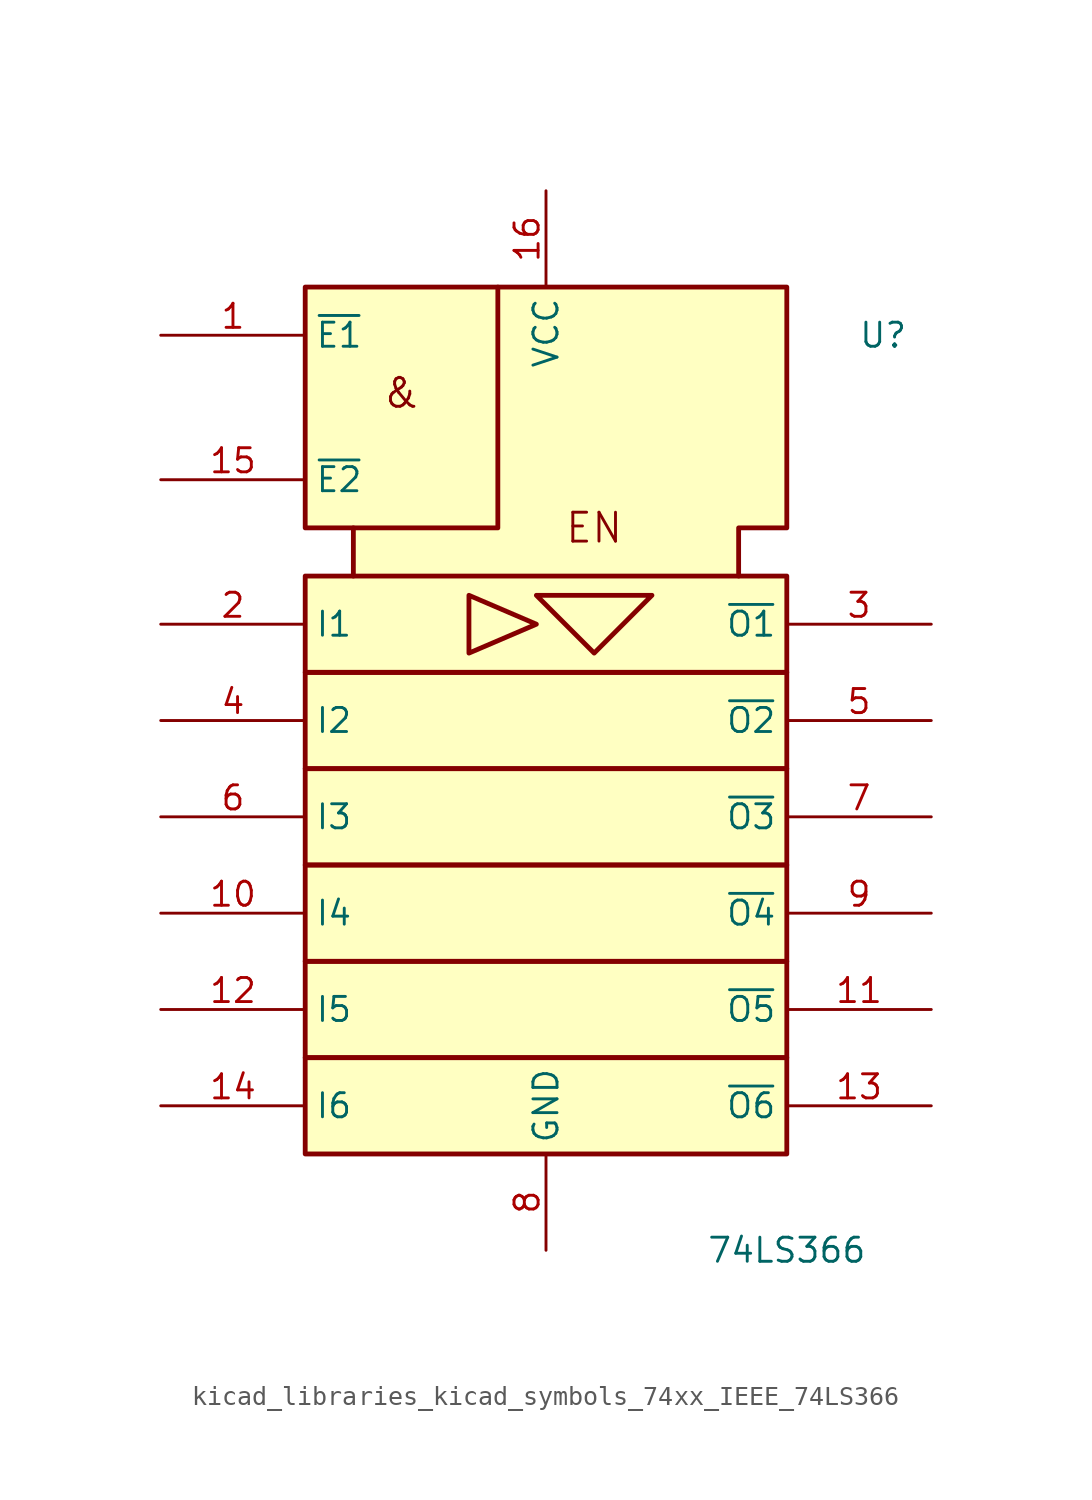
<source format=kicad_sym>
(kicad_symbol_lib
  (version 20220914)
  (generator kicad_symbol_editor)
  (symbol "kicad_libraries_kicad_symbols_74xx_IEEE_74LS366"
    (property "Reference" "U"
      (at 17.78 25.4 0)
      (effects (font (size 1.27 1.27))))
    (property "Value" "74LS366"
      (at 12.7 -22.86 0)
      (effects (font (size 1.27 1.27))))
    (symbol "kicad_libraries_kicad_symbols_74xx_IEEE_74LS366_0_0"
      (polyline (pts (xy -4.064 11.684) (xy -4.064 8.636) (xy -0.508 10.16) (xy -4.064 11.684) (xy -4.064 11.684)) (stroke (width 0.254) (type default)) (fill (type background)))
      (polyline (pts (xy -0.508 11.684) (xy 2.54 8.636) (xy 5.588 11.684) (xy -0.508 11.684) (xy -0.508 11.684)) (stroke (width 0.254) (type default)) (fill (type background)))
      (text "&" (at -7.62 22.352 0) (effects (font (size 1.524 1.524))))
      (text "EN" (at 2.54 15.24 0) (effects (font (size 1.524 1.524))))
      (pin power_in line (at 0 -22.86 90) (length 5.08) (name "GND" (effects (font (size 1.27 1.27)))) (number "8" (effects (font (size 1.27 1.27))))))
    (symbol "kicad_libraries_kicad_symbols_74xx_IEEE_74LS366_0_1"
      (rectangle (start -12.7 -12.7) (end 12.7 -17.78) (stroke (width 0.254) (type default)) (fill (type background)))
      (rectangle (start -12.7 -7.62) (end 12.7 -12.7) (stroke (width 0.254) (type default)) (fill (type background)))
      (rectangle (start -12.7 -2.54) (end 12.7 -7.62) (stroke (width 0.254) (type default)) (fill (type background)))
      (rectangle (start -12.7 2.54) (end 12.7 -2.54) (stroke (width 0.254) (type default)) (fill (type background)))
      (rectangle (start -12.7 7.62) (end 12.7 2.54) (stroke (width 0.254) (type default)) (fill (type background)))
      (rectangle (start -12.7 12.7) (end 12.7 7.62) (stroke (width 0.254) (type default)) (fill (type background)))
      (polyline (pts (xy -2.54 27.94) (xy -2.54 15.24) (xy -10.16 15.24) (xy -10.16 15.24)) (stroke (width 0.254) (type default)) (fill (type background)))
      (polyline (pts (xy -10.16 12.7) (xy -10.16 15.24) (xy -12.7 15.24) (xy -12.7 27.94) (xy 12.7 27.94) (xy 12.7 15.24) (xy 10.16 15.24) (xy 10.16 12.7) (xy 10.16 12.7)) (stroke (width 0.254) (type default)) (fill (type background)))
      (pin power_in line (at 0 33.02 270) (length 5.08) (name "VCC" (effects (font (size 1.27 1.27)))) (number "16" (effects (font (size 1.27 1.27))))))
    (symbol "kicad_libraries_kicad_symbols_74xx_IEEE_74LS366_1_1"
      (pin input line (at -20.32 25.4 0) (length 7.62) (name "~{E1}" (effects (font (size 1.27 1.27)))) (number "1" (effects (font (size 1.27 1.27)))))
      (pin input line (at -20.32 -5.08 0) (length 7.62) (name "I4" (effects (font (size 1.27 1.27)))) (number "10" (effects (font (size 1.27 1.27)))))
      (pin tri_state line (at 20.32 -10.16 180) (length 7.62) (name "~{O5}" (effects (font (size 1.27 1.27)))) (number "11" (effects (font (size 1.27 1.27)))))
      (pin input line (at -20.32 -10.16 0) (length 7.62) (name "I5" (effects (font (size 1.27 1.27)))) (number "12" (effects (font (size 1.27 1.27)))))
      (pin tri_state line (at 20.32 -15.24 180) (length 7.62) (name "~{O6}" (effects (font (size 1.27 1.27)))) (number "13" (effects (font (size 1.27 1.27)))))
      (pin input line (at -20.32 -15.24 0) (length 7.62) (name "I6" (effects (font (size 1.27 1.27)))) (number "14" (effects (font (size 1.27 1.27)))))
      (pin input line (at -20.32 17.78 0) (length 7.62) (name "~{E2}" (effects (font (size 1.27 1.27)))) (number "15" (effects (font (size 1.27 1.27)))))
      (pin input line (at -20.32 10.16 0) (length 7.62) (name "I1" (effects (font (size 1.27 1.27)))) (number "2" (effects (font (size 1.27 1.27)))))
      (pin tri_state line (at 20.32 10.16 180) (length 7.62) (name "~{O1}" (effects (font (size 1.27 1.27)))) (number "3" (effects (font (size 1.27 1.27)))))
      (pin input line (at -20.32 5.08 0) (length 7.62) (name "I2" (effects (font (size 1.27 1.27)))) (number "4" (effects (font (size 1.27 1.27)))))
      (pin tri_state line (at 20.32 5.08 180) (length 7.62) (name "~{O2}" (effects (font (size 1.27 1.27)))) (number "5" (effects (font (size 1.27 1.27)))))
      (pin input line (at -20.32 0 0) (length 7.62) (name "I3" (effects (font (size 1.27 1.27)))) (number "6" (effects (font (size 1.27 1.27)))))
      (pin tri_state line (at 20.32 0 180) (length 7.62) (name "~{O3}" (effects (font (size 1.27 1.27)))) (number "7" (effects (font (size 1.27 1.27)))))
      (pin tri_state line (at 20.32 -5.08 180) (length 7.62) (name "~{O4}" (effects (font (size 1.27 1.27)))) (number "9" (effects (font (size 1.27 1.27))))))))
</source>
